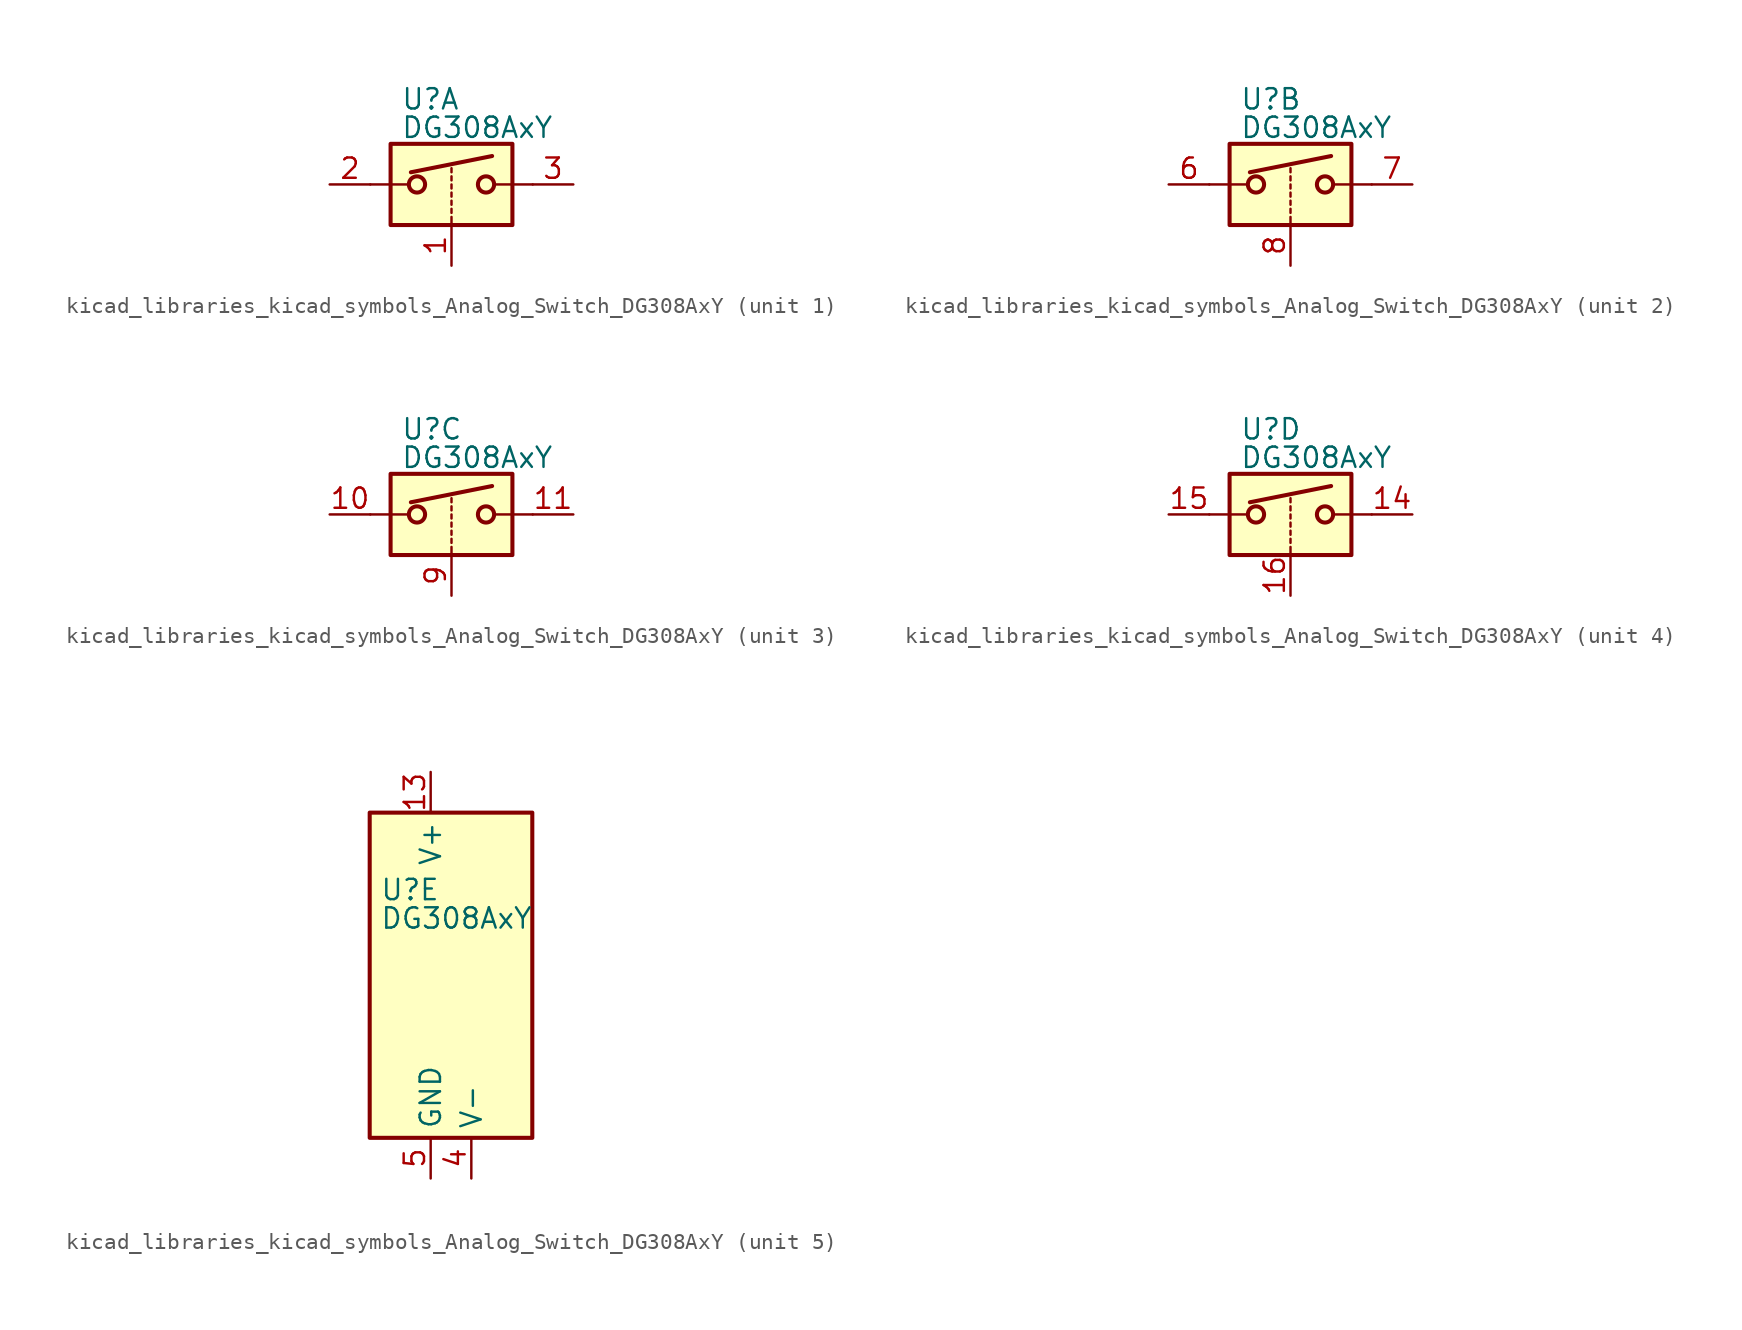
<source format=kicad_sym>
(kicad_symbol_lib
  (version 20220914)
  (generator kicad_symbol_editor)
  (symbol "kicad_libraries_kicad_symbols_Analog_Switch_DG308AxY"
    (property "Reference" "U"
      (at -3.175 5.334 0)
      (effects (font (size 1.27 1.27)) (justify left)))
    (property "Value" "DG308AxY"
      (at -3.175 3.556 0)
      (effects (font (size 1.27 1.27)) (justify left)))
    (symbol "kicad_libraries_kicad_symbols_Analog_Switch_DG308AxY_1_1"
      (rectangle (start -3.81 2.54) (end 3.81 -2.54) (stroke (width 0.254) (type default)) (fill (type background)))
      (circle (center -2.159 0) (radius 0.508) (stroke (width 0.254) (type default)) (fill (type none)))
      (polyline (pts (xy -5.08 0) (xy -2.794 0)) (stroke (width 0) (type default)) (fill (type none)))
      (polyline (pts (xy -2.54 0.762) (xy 2.54 1.778)) (stroke (width 0.254) (type default)) (fill (type none)))
      (polyline (pts (xy 0 -2.54) (xy 0 -2.032)) (stroke (width 0) (type default)) (fill (type none)))
      (polyline (pts (xy 0 -1.778) (xy 0 -1.524)) (stroke (width 0) (type default)) (fill (type none)))
      (polyline (pts (xy 0 -1.27) (xy 0 -1.016)) (stroke (width 0) (type default)) (fill (type none)))
      (polyline (pts (xy 0 -0.762) (xy 0 -0.508)) (stroke (width 0) (type default)) (fill (type none)))
      (polyline (pts (xy 0 -0.254) (xy 0 0)) (stroke (width 0) (type default)) (fill (type none)))
      (polyline (pts (xy 0 0.254) (xy 0 0.508)) (stroke (width 0) (type default)) (fill (type none)))
      (polyline (pts (xy 0 0.762) (xy 0 1.016)) (stroke (width 0) (type default)) (fill (type none)))
      (polyline (pts (xy 5.08 0) (xy 2.794 0)) (stroke (width 0) (type default)) (fill (type none)))
      (circle (center 2.159 0) (radius 0.508) (stroke (width 0.254) (type default)) (fill (type none)))
      (pin input line (at 0 -5.08 90) (length 2.54) (name "~" (effects (font (size 1.27 1.27)))) (number "1" (effects (font (size 1.27 1.27)))))
      (pin passive line (at -7.62 0 0) (length 2.54) (name "~" (effects (font (size 1.27 1.27)))) (number "2" (effects (font (size 1.27 1.27)))))
      (pin passive line (at 7.62 0 180) (length 2.54) (name "~" (effects (font (size 1.27 1.27)))) (number "3" (effects (font (size 1.27 1.27))))))
    (symbol "kicad_libraries_kicad_symbols_Analog_Switch_DG308AxY_2_1"
      (rectangle (start -3.81 2.54) (end 3.81 -2.54) (stroke (width 0.254) (type default)) (fill (type background)))
      (circle (center -2.159 0) (radius 0.508) (stroke (width 0.254) (type default)) (fill (type none)))
      (polyline (pts (xy -5.08 0) (xy -2.794 0)) (stroke (width 0) (type default)) (fill (type none)))
      (polyline (pts (xy -2.54 0.762) (xy 2.54 1.778)) (stroke (width 0.254) (type default)) (fill (type none)))
      (polyline (pts (xy 0 -2.54) (xy 0 -2.032)) (stroke (width 0) (type default)) (fill (type none)))
      (polyline (pts (xy 0 -1.778) (xy 0 -1.524)) (stroke (width 0) (type default)) (fill (type none)))
      (polyline (pts (xy 0 -1.27) (xy 0 -1.016)) (stroke (width 0) (type default)) (fill (type none)))
      (polyline (pts (xy 0 -0.762) (xy 0 -0.508)) (stroke (width 0) (type default)) (fill (type none)))
      (polyline (pts (xy 0 -0.254) (xy 0 0)) (stroke (width 0) (type default)) (fill (type none)))
      (polyline (pts (xy 0 0.254) (xy 0 0.508)) (stroke (width 0) (type default)) (fill (type none)))
      (polyline (pts (xy 0 0.762) (xy 0 1.016)) (stroke (width 0) (type default)) (fill (type none)))
      (polyline (pts (xy 5.08 0) (xy 2.794 0)) (stroke (width 0) (type default)) (fill (type none)))
      (circle (center 2.159 0) (radius 0.508) (stroke (width 0.254) (type default)) (fill (type none)))
      (pin passive line (at -7.62 0 0) (length 2.54) (name "~" (effects (font (size 1.27 1.27)))) (number "6" (effects (font (size 1.27 1.27)))))
      (pin passive line (at 7.62 0 180) (length 2.54) (name "~" (effects (font (size 1.27 1.27)))) (number "7" (effects (font (size 1.27 1.27)))))
      (pin input line (at 0 -5.08 90) (length 2.54) (name "~" (effects (font (size 1.27 1.27)))) (number "8" (effects (font (size 1.27 1.27))))))
    (symbol "kicad_libraries_kicad_symbols_Analog_Switch_DG308AxY_3_1"
      (rectangle (start -3.81 2.54) (end 3.81 -2.54) (stroke (width 0.254) (type default)) (fill (type background)))
      (circle (center -2.159 0) (radius 0.508) (stroke (width 0.254) (type default)) (fill (type none)))
      (polyline (pts (xy -5.08 0) (xy -2.794 0)) (stroke (width 0) (type default)) (fill (type none)))
      (polyline (pts (xy -2.54 0.762) (xy 2.54 1.778)) (stroke (width 0.254) (type default)) (fill (type none)))
      (polyline (pts (xy 0 -2.54) (xy 0 -2.032)) (stroke (width 0) (type default)) (fill (type none)))
      (polyline (pts (xy 0 -1.778) (xy 0 -1.524)) (stroke (width 0) (type default)) (fill (type none)))
      (polyline (pts (xy 0 -1.27) (xy 0 -1.016)) (stroke (width 0) (type default)) (fill (type none)))
      (polyline (pts (xy 0 -0.762) (xy 0 -0.508)) (stroke (width 0) (type default)) (fill (type none)))
      (polyline (pts (xy 0 -0.254) (xy 0 0)) (stroke (width 0) (type default)) (fill (type none)))
      (polyline (pts (xy 0 0.254) (xy 0 0.508)) (stroke (width 0) (type default)) (fill (type none)))
      (polyline (pts (xy 0 0.762) (xy 0 1.016)) (stroke (width 0) (type default)) (fill (type none)))
      (polyline (pts (xy 5.08 0) (xy 2.794 0)) (stroke (width 0) (type default)) (fill (type none)))
      (circle (center 2.159 0) (radius 0.508) (stroke (width 0.254) (type default)) (fill (type none)))
      (pin passive line (at -7.62 0 0) (length 2.54) (name "~" (effects (font (size 1.27 1.27)))) (number "10" (effects (font (size 1.27 1.27)))))
      (pin passive line (at 7.62 0 180) (length 2.54) (name "~" (effects (font (size 1.27 1.27)))) (number "11" (effects (font (size 1.27 1.27)))))
      (pin input line (at 0 -5.08 90) (length 2.54) (name "~" (effects (font (size 1.27 1.27)))) (number "9" (effects (font (size 1.27 1.27))))))
    (symbol "kicad_libraries_kicad_symbols_Analog_Switch_DG308AxY_4_1"
      (rectangle (start -3.81 2.54) (end 3.81 -2.54) (stroke (width 0.254) (type default)) (fill (type background)))
      (circle (center -2.159 0) (radius 0.508) (stroke (width 0.254) (type default)) (fill (type none)))
      (polyline (pts (xy -5.08 0) (xy -2.794 0)) (stroke (width 0) (type default)) (fill (type none)))
      (polyline (pts (xy -2.54 0.762) (xy 2.54 1.778)) (stroke (width 0.254) (type default)) (fill (type none)))
      (polyline (pts (xy 0 -2.54) (xy 0 -2.032)) (stroke (width 0) (type default)) (fill (type none)))
      (polyline (pts (xy 0 -1.778) (xy 0 -1.524)) (stroke (width 0) (type default)) (fill (type none)))
      (polyline (pts (xy 0 -1.27) (xy 0 -1.016)) (stroke (width 0) (type default)) (fill (type none)))
      (polyline (pts (xy 0 -0.762) (xy 0 -0.508)) (stroke (width 0) (type default)) (fill (type none)))
      (polyline (pts (xy 0 -0.254) (xy 0 0)) (stroke (width 0) (type default)) (fill (type none)))
      (polyline (pts (xy 0 0.254) (xy 0 0.508)) (stroke (width 0) (type default)) (fill (type none)))
      (polyline (pts (xy 0 0.762) (xy 0 1.016)) (stroke (width 0) (type default)) (fill (type none)))
      (polyline (pts (xy 5.08 0) (xy 2.794 0)) (stroke (width 0) (type default)) (fill (type none)))
      (circle (center 2.159 0) (radius 0.508) (stroke (width 0.254) (type default)) (fill (type none)))
      (pin passive line (at 7.62 0 180) (length 2.54) (name "~" (effects (font (size 1.27 1.27)))) (number "14" (effects (font (size 1.27 1.27)))))
      (pin passive line (at -7.62 0 0) (length 2.54) (name "~" (effects (font (size 1.27 1.27)))) (number "15" (effects (font (size 1.27 1.27)))))
      (pin input line (at 0 -5.08 90) (length 2.54) (name "~" (effects (font (size 1.27 1.27)))) (number "16" (effects (font (size 1.27 1.27))))))
    (symbol "kicad_libraries_kicad_symbols_Analog_Switch_DG308AxY_5_0"
      (pin no_connect line (at 2.54 10.16 270) (length 2.54) hide (name "NC" (effects (font (size 1.27 1.27)))) (number "12" (effects (font (size 1.27 1.27)))))
      (pin power_in line (at 0 12.7 270) (length 2.54) (name "V+" (effects (font (size 1.27 1.27)))) (number "13" (effects (font (size 1.27 1.27)))))
      (pin power_in line (at 2.54 -12.7 90) (length 2.54) (name "V-" (effects (font (size 1.27 1.27)))) (number "4" (effects (font (size 1.27 1.27)))))
      (pin power_in line (at 0 -12.7 90) (length 2.54) (name "GND" (effects (font (size 1.27 1.27)))) (number "5" (effects (font (size 1.27 1.27))))))
    (symbol "kicad_libraries_kicad_symbols_Analog_Switch_DG308AxY_5_1"
      (rectangle (start -3.81 10.16) (end 6.35 -10.16) (stroke (width 0.254) (type default)) (fill (type background))))))
</source>
